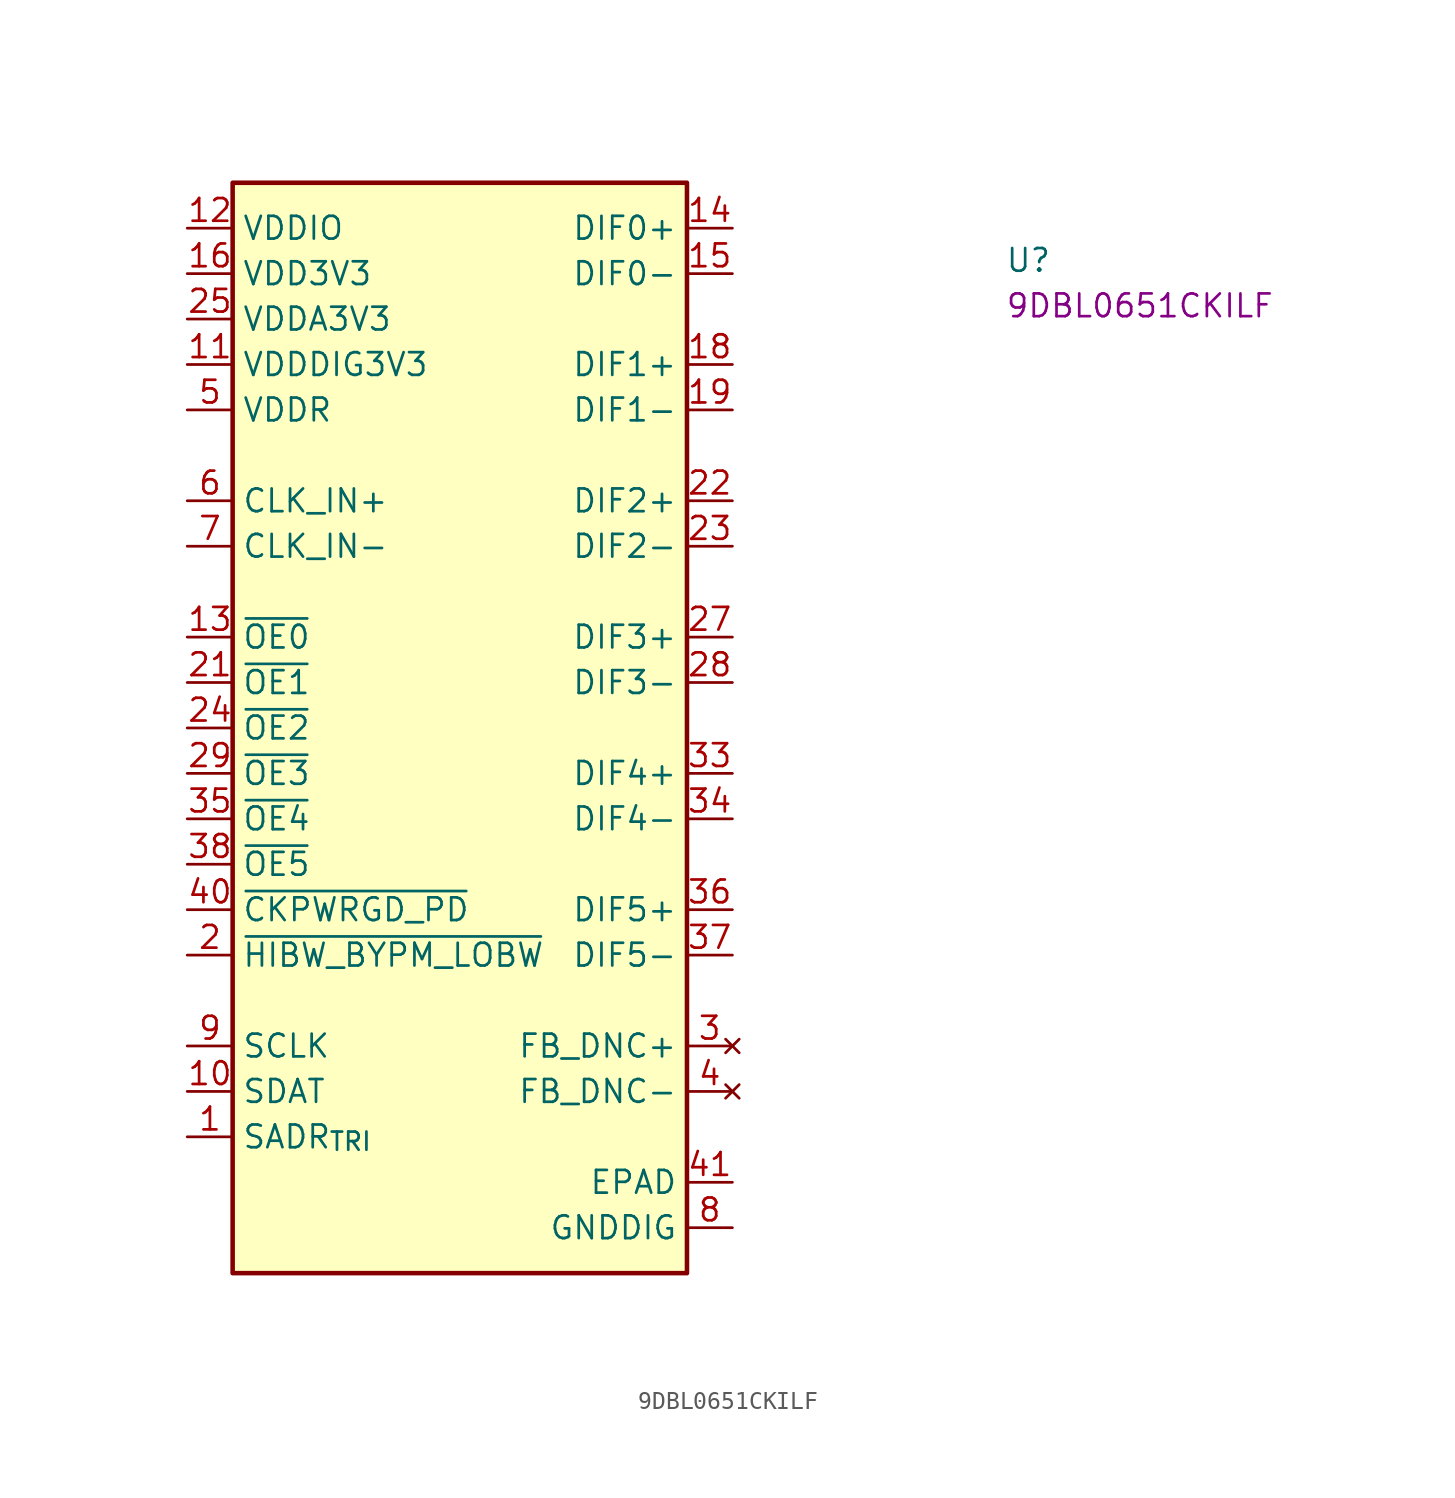
<source format=kicad_sym>
(kicad_symbol_lib
  (version 20220914)
  (generator kicad_symbol_editor)
  (symbol "9DBL0651CKILF"
    (property "Reference" "U"
      (at 45.72 -2.54 0)
      (effects (font (size 1.27 1.27) (thickness 0.15)) (justify left bottom)))
    (property "MPN" "9DBL0651CKILF"
      (at 45.72 -5.08 0)
      (effects (font (size 1.27 1.27) (thickness 0.15)) (justify left bottom)))
    (symbol "9DBL0651CKILF_1_1"
      (rectangle (start 2.54 2.54) (end 27.94 -58.42) (stroke (width 0.254) (type default)) (fill (type background)))
      (pin input line (at 0 -50.8 0) (length 2.54) (name "SADR_{TRI}" (effects (font (size 1.27 1.27)))) (number "1" (effects (font (size 1.27 1.27)))))
      (pin bidirectional line (at 0 -48.26 0) (length 2.54) (name "SDAT" (effects (font (size 1.27 1.27)))) (number "10" (effects (font (size 1.27 1.27)))))
      (pin power_in line (at 0 -7.62 0) (length 2.54) (name "VDDDIG3V3" (effects (font (size 1.27 1.27)))) (number "11" (effects (font (size 1.27 1.27)))))
      (pin power_in line (at 0 0 0) (length 2.54) (name "VDDIO" (effects (font (size 1.27 1.27)))) (number "12" (effects (font (size 1.27 1.27)))))
      (pin input line (at 0 -22.86 0) (length 2.54) (name "~{OE0}" (effects (font (size 1.27 1.27)))) (number "13" (effects (font (size 1.27 1.27)))))
      (pin output line (at 30.48 0 180) (length 2.54) (name "DIF0+" (effects (font (size 1.27 1.27)))) (number "14" (effects (font (size 1.27 1.27)))))
      (pin output line (at 30.48 -2.54 180) (length 2.54) (name "DIF0-" (effects (font (size 1.27 1.27)))) (number "15" (effects (font (size 1.27 1.27)))))
      (pin power_in line (at 0 -2.54 0) (length 2.54) (name "VDD3V3" (effects (font (size 1.27 1.27)))) (number "16" (effects (font (size 1.27 1.27)))))
      (pin passive line (at 0 0 0) (length 2.54) hide (name "VDDIO" (effects (font (size 1.27 1.27)))) (number "17" (effects (font (size 1.27 1.27)))))
      (pin output line (at 30.48 -7.62 180) (length 2.54) (name "DIF1+" (effects (font (size 1.27 1.27)))) (number "18" (effects (font (size 1.27 1.27)))))
      (pin output line (at 30.48 -10.16 180) (length 2.54) (name "DIF1-" (effects (font (size 1.27 1.27)))) (number "19" (effects (font (size 1.27 1.27)))))
      (pin input line (at 0 -40.64 0) (length 2.54) (name "~{HIBW_BYPM_LOBW}" (effects (font (size 1.27 1.27)))) (number "2" (effects (font (size 1.27 1.27)))))
      (pin no_connect line (at 2.54 -54.61 0) (length 2.54) hide (name "NC" (effects (font (size 1.27 1.27)))) (number "20" (effects (font (size 1.27 1.27)))))
      (pin input line (at 0 -25.4 0) (length 2.54) (name "~{OE1}" (effects (font (size 1.27 1.27)))) (number "21" (effects (font (size 1.27 1.27)))))
      (pin output line (at 30.48 -15.24 180) (length 2.54) (name "DIF2+" (effects (font (size 1.27 1.27)))) (number "22" (effects (font (size 1.27 1.27)))))
      (pin output line (at 30.48 -17.78 180) (length 2.54) (name "DIF2-" (effects (font (size 1.27 1.27)))) (number "23" (effects (font (size 1.27 1.27)))))
      (pin input line (at 0 -27.94 0) (length 2.54) (name "~{OE2}" (effects (font (size 1.27 1.27)))) (number "24" (effects (font (size 1.27 1.27)))))
      (pin power_in line (at 0 -5.08 0) (length 2.54) (name "VDDA3V3" (effects (font (size 1.27 1.27)))) (number "25" (effects (font (size 1.27 1.27)))))
      (pin passive line (at 0 0 0) (length 2.54) hide (name "VDDIO" (effects (font (size 1.27 1.27)))) (number "26" (effects (font (size 1.27 1.27)))))
      (pin output line (at 30.48 -22.86 180) (length 2.54) (name "DIF3+" (effects (font (size 1.27 1.27)))) (number "27" (effects (font (size 1.27 1.27)))))
      (pin output line (at 30.48 -25.4 180) (length 2.54) (name "DIF3-" (effects (font (size 1.27 1.27)))) (number "28" (effects (font (size 1.27 1.27)))))
      (pin input line (at 0 -30.48 0) (length 2.54) (name "~{OE3}" (effects (font (size 1.27 1.27)))) (number "29" (effects (font (size 1.27 1.27)))))
      (pin no_connect line (at 30.48 -45.72 180) (length 2.54) (name "FB_DNC+" (effects (font (size 1.27 1.27)))) (number "3" (effects (font (size 1.27 1.27)))))
      (pin no_connect line (at 2.54 -55.88 0) (length 2.54) hide (name "NC" (effects (font (size 1.27 1.27)))) (number "30" (effects (font (size 1.27 1.27)))))
      (pin passive line (at 0 -2.54 0) (length 2.54) hide (name "VDD3V3" (effects (font (size 1.27 1.27)))) (number "31" (effects (font (size 1.27 1.27)))))
      (pin passive line (at 0 0 0) (length 2.54) hide (name "VDDIO" (effects (font (size 1.27 1.27)))) (number "32" (effects (font (size 1.27 1.27)))))
      (pin output line (at 30.48 -30.48 180) (length 2.54) (name "DIF4+" (effects (font (size 1.27 1.27)))) (number "33" (effects (font (size 1.27 1.27)))))
      (pin output line (at 30.48 -33.02 180) (length 2.54) (name "DIF4-" (effects (font (size 1.27 1.27)))) (number "34" (effects (font (size 1.27 1.27)))))
      (pin input line (at 0 -33.02 0) (length 2.54) (name "~{OE4}" (effects (font (size 1.27 1.27)))) (number "35" (effects (font (size 1.27 1.27)))))
      (pin output line (at 30.48 -38.1 180) (length 2.54) (name "DIF5+" (effects (font (size 1.27 1.27)))) (number "36" (effects (font (size 1.27 1.27)))))
      (pin output line (at 30.48 -40.64 180) (length 2.54) (name "DIF5-" (effects (font (size 1.27 1.27)))) (number "37" (effects (font (size 1.27 1.27)))))
      (pin input line (at 0 -35.56 0) (length 2.54) (name "~{OE5}" (effects (font (size 1.27 1.27)))) (number "38" (effects (font (size 1.27 1.27)))))
      (pin passive line (at 0 0 0) (length 2.54) hide (name "VDDIO" (effects (font (size 1.27 1.27)))) (number "39" (effects (font (size 1.27 1.27)))))
      (pin no_connect line (at 30.48 -48.26 180) (length 2.54) (name "FB_DNC-" (effects (font (size 1.27 1.27)))) (number "4" (effects (font (size 1.27 1.27)))))
      (pin input line (at 0 -38.1 0) (length 2.54) (name "~{CKPWRGD_PD}" (effects (font (size 1.27 1.27)))) (number "40" (effects (font (size 1.27 1.27)))))
      (pin passive line (at 30.48 -53.34 180) (length 2.54) (name "EPAD" (effects (font (size 1.27 1.27)))) (number "41" (effects (font (size 1.27 1.27)))))
      (pin power_in line (at 0 -10.16 0) (length 2.54) (name "VDDR" (effects (font (size 1.27 1.27)))) (number "5" (effects (font (size 1.27 1.27)))))
      (pin input line (at 0 -15.24 0) (length 2.54) (name "CLK_IN+" (effects (font (size 1.27 1.27)))) (number "6" (effects (font (size 1.27 1.27)))))
      (pin input line (at 0 -17.78 0) (length 2.54) (name "CLK_IN-" (effects (font (size 1.27 1.27)))) (number "7" (effects (font (size 1.27 1.27)))))
      (pin power_in line (at 30.48 -55.88 180) (length 2.54) (name "GNDDIG" (effects (font (size 1.27 1.27)))) (number "8" (effects (font (size 1.27 1.27)))))
      (pin input line (at 0 -45.72 0) (length 2.54) (name "SCLK" (effects (font (size 1.27 1.27)))) (number "9" (effects (font (size 1.27 1.27))))))))
</source>
